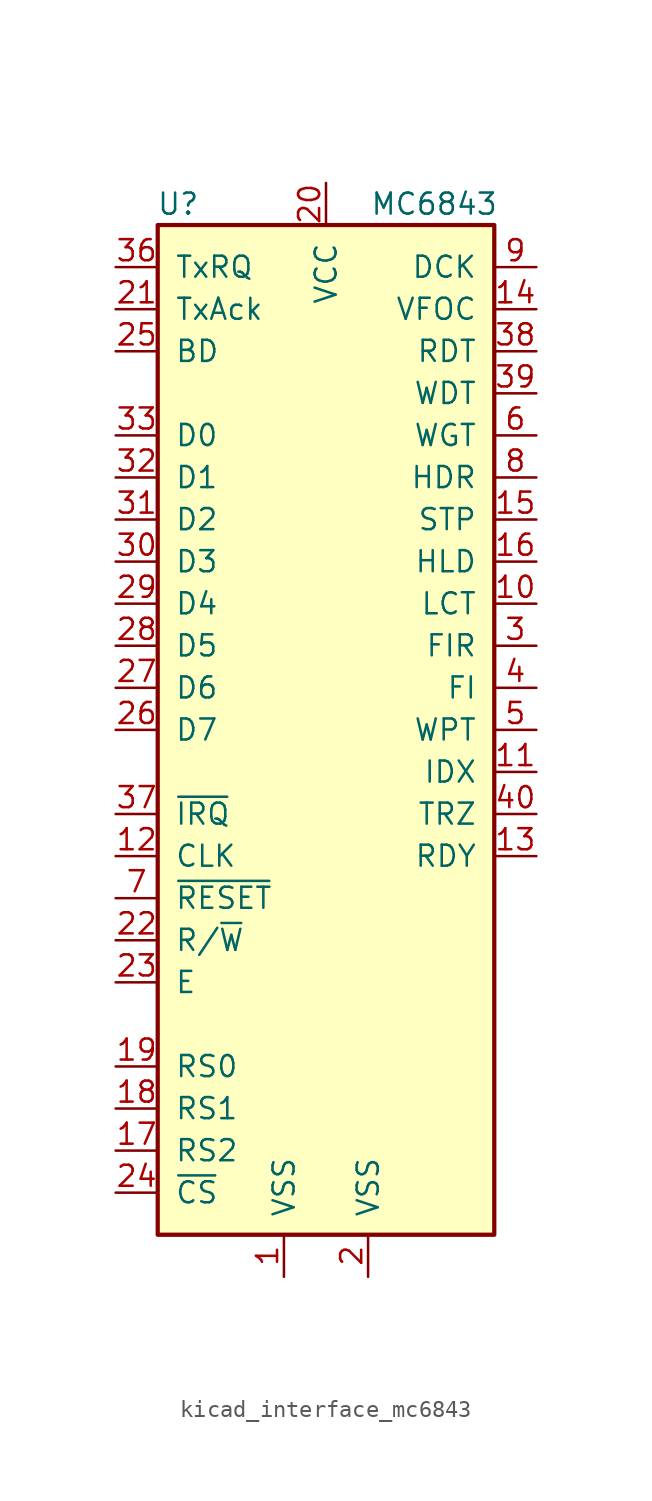
<source format=kicad_sym>
(kicad_symbol_lib
  (version 20220914)
  (generator kicad_symbol_editor)
  (symbol "kicad_interface_mc6843"
    (pin_names
      (offset 1.016))
    (property "Reference" "U"
      (at -7.62 34.29 0)
      (effects (font (size 1.27 1.27)) (justify right)))
    (property "Value" "MC6843"
      (at 10.414 34.29 0)
      (effects (font (size 1.27 1.27)) (justify right)))
    (symbol "kicad_interface_mc6843_0_1"
      (rectangle (start -10.16 -27.94) (end 10.16 33.02) (stroke (width 0.254) (type default)) (fill (type background))))
    (symbol "kicad_interface_mc6843_1_1"
      (pin power_in line (at -2.54 -30.48 90) (length 2.54) (name "VSS" (effects (font (size 1.27 1.27)))) (number "1" (effects (font (size 1.27 1.27)))))
      (pin output line (at 12.7 10.16 180) (length 2.54) (name "LCT" (effects (font (size 1.27 1.27)))) (number "10" (effects (font (size 1.27 1.27)))))
      (pin input line (at 12.7 0 180) (length 2.54) (name "IDX" (effects (font (size 1.27 1.27)))) (number "11" (effects (font (size 1.27 1.27)))))
      (pin input line (at -12.7 -5.08 0) (length 2.54) (name "CLK" (effects (font (size 1.27 1.27)))) (number "12" (effects (font (size 1.27 1.27)))))
      (pin input line (at 12.7 -5.08 180) (length 2.54) (name "RDY" (effects (font (size 1.27 1.27)))) (number "13" (effects (font (size 1.27 1.27)))))
      (pin output line (at 12.7 27.94 180) (length 2.54) (name "VFOC" (effects (font (size 1.27 1.27)))) (number "14" (effects (font (size 1.27 1.27)))))
      (pin output line (at 12.7 15.24 180) (length 2.54) (name "STP" (effects (font (size 1.27 1.27)))) (number "15" (effects (font (size 1.27 1.27)))))
      (pin output line (at 12.7 12.7 180) (length 2.54) (name "HLD" (effects (font (size 1.27 1.27)))) (number "16" (effects (font (size 1.27 1.27)))))
      (pin input line (at -12.7 -22.86 0) (length 2.54) (name "RS2" (effects (font (size 1.27 1.27)))) (number "17" (effects (font (size 1.27 1.27)))))
      (pin input line (at -12.7 -20.32 0) (length 2.54) (name "RS1" (effects (font (size 1.27 1.27)))) (number "18" (effects (font (size 1.27 1.27)))))
      (pin input line (at -12.7 -17.78 0) (length 2.54) (name "RS0" (effects (font (size 1.27 1.27)))) (number "19" (effects (font (size 1.27 1.27)))))
      (pin power_in line (at 2.54 -30.48 90) (length 2.54) (name "VSS" (effects (font (size 1.27 1.27)))) (number "2" (effects (font (size 1.27 1.27)))))
      (pin power_in line (at 0 35.56 270) (length 2.54) (name "VCC" (effects (font (size 1.27 1.27)))) (number "20" (effects (font (size 1.27 1.27)))))
      (pin input line (at -12.7 27.94 0) (length 2.54) (name "TxAck" (effects (font (size 1.27 1.27)))) (number "21" (effects (font (size 1.27 1.27)))))
      (pin input line (at -12.7 -10.16 0) (length 2.54) (name "R/~{W}" (effects (font (size 1.27 1.27)))) (number "22" (effects (font (size 1.27 1.27)))))
      (pin input line (at -12.7 -12.7 0) (length 2.54) (name "E" (effects (font (size 1.27 1.27)))) (number "23" (effects (font (size 1.27 1.27)))))
      (pin input line (at -12.7 -25.4 0) (length 2.54) (name "~{CS}" (effects (font (size 1.27 1.27)))) (number "24" (effects (font (size 1.27 1.27)))))
      (pin output line (at -12.7 25.4 0) (length 2.54) (name "BD" (effects (font (size 1.27 1.27)))) (number "25" (effects (font (size 1.27 1.27)))))
      (pin bidirectional line (at -12.7 2.54 0) (length 2.54) (name "D7" (effects (font (size 1.27 1.27)))) (number "26" (effects (font (size 1.27 1.27)))))
      (pin bidirectional line (at -12.7 5.08 0) (length 2.54) (name "D6" (effects (font (size 1.27 1.27)))) (number "27" (effects (font (size 1.27 1.27)))))
      (pin bidirectional line (at -12.7 7.62 0) (length 2.54) (name "D5" (effects (font (size 1.27 1.27)))) (number "28" (effects (font (size 1.27 1.27)))))
      (pin bidirectional line (at -12.7 10.16 0) (length 2.54) (name "D4" (effects (font (size 1.27 1.27)))) (number "29" (effects (font (size 1.27 1.27)))))
      (pin output line (at 12.7 7.62 180) (length 2.54) (name "FIR" (effects (font (size 1.27 1.27)))) (number "3" (effects (font (size 1.27 1.27)))))
      (pin bidirectional line (at -12.7 12.7 0) (length 2.54) (name "D3" (effects (font (size 1.27 1.27)))) (number "30" (effects (font (size 1.27 1.27)))))
      (pin bidirectional line (at -12.7 15.24 0) (length 2.54) (name "D2" (effects (font (size 1.27 1.27)))) (number "31" (effects (font (size 1.27 1.27)))))
      (pin bidirectional line (at -12.7 17.78 0) (length 2.54) (name "D1" (effects (font (size 1.27 1.27)))) (number "32" (effects (font (size 1.27 1.27)))))
      (pin bidirectional line (at -12.7 20.32 0) (length 2.54) (name "D0" (effects (font (size 1.27 1.27)))) (number "33" (effects (font (size 1.27 1.27)))))
      (pin no_connect line (at 10.16 -17.78 180) (length 2.54) hide (name "NC" (effects (font (size 1.27 1.27)))) (number "34" (effects (font (size 1.27 1.27)))))
      (pin no_connect line (at 10.16 -20.32 180) (length 2.54) hide (name "NC" (effects (font (size 1.27 1.27)))) (number "35" (effects (font (size 1.27 1.27)))))
      (pin output line (at -12.7 30.48 0) (length 2.54) (name "TxRQ" (effects (font (size 1.27 1.27)))) (number "36" (effects (font (size 1.27 1.27)))))
      (pin open_collector line (at -12.7 -2.54 0) (length 2.54) (name "~{IRQ}" (effects (font (size 1.27 1.27)))) (number "37" (effects (font (size 1.27 1.27)))))
      (pin input line (at 12.7 25.4 180) (length 2.54) (name "RDT" (effects (font (size 1.27 1.27)))) (number "38" (effects (font (size 1.27 1.27)))))
      (pin output line (at 12.7 22.86 180) (length 2.54) (name "WDT" (effects (font (size 1.27 1.27)))) (number "39" (effects (font (size 1.27 1.27)))))
      (pin input line (at 12.7 5.08 180) (length 2.54) (name "FI" (effects (font (size 1.27 1.27)))) (number "4" (effects (font (size 1.27 1.27)))))
      (pin input line (at 12.7 -2.54 180) (length 2.54) (name "TRZ" (effects (font (size 1.27 1.27)))) (number "40" (effects (font (size 1.27 1.27)))))
      (pin input line (at 12.7 2.54 180) (length 2.54) (name "WPT" (effects (font (size 1.27 1.27)))) (number "5" (effects (font (size 1.27 1.27)))))
      (pin output line (at 12.7 20.32 180) (length 2.54) (name "WGT" (effects (font (size 1.27 1.27)))) (number "6" (effects (font (size 1.27 1.27)))))
      (pin input line (at -12.7 -7.62 0) (length 2.54) (name "~{RESET}" (effects (font (size 1.27 1.27)))) (number "7" (effects (font (size 1.27 1.27)))))
      (pin output line (at 12.7 17.78 180) (length 2.54) (name "HDR" (effects (font (size 1.27 1.27)))) (number "8" (effects (font (size 1.27 1.27)))))
      (pin input line (at 12.7 30.48 180) (length 2.54) (name "DCK" (effects (font (size 1.27 1.27)))) (number "9" (effects (font (size 1.27 1.27))))))))
</source>
